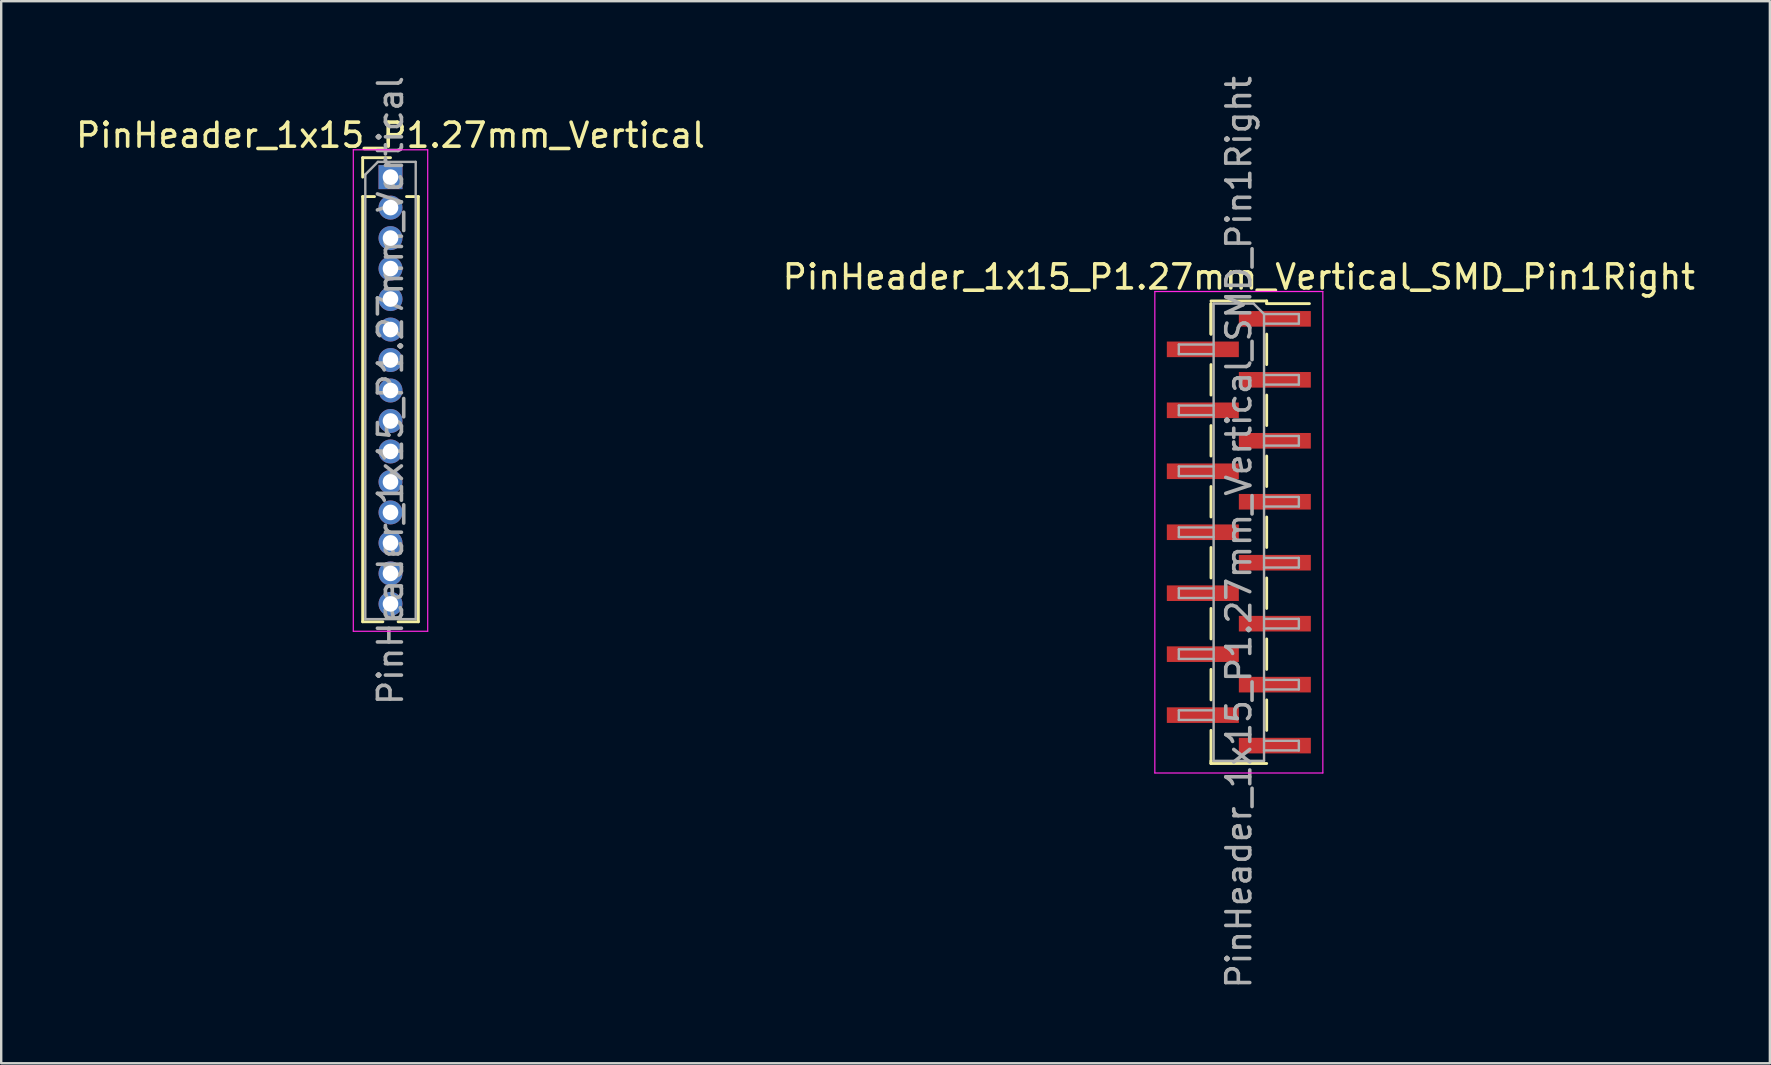
<source format=kicad_pcb>
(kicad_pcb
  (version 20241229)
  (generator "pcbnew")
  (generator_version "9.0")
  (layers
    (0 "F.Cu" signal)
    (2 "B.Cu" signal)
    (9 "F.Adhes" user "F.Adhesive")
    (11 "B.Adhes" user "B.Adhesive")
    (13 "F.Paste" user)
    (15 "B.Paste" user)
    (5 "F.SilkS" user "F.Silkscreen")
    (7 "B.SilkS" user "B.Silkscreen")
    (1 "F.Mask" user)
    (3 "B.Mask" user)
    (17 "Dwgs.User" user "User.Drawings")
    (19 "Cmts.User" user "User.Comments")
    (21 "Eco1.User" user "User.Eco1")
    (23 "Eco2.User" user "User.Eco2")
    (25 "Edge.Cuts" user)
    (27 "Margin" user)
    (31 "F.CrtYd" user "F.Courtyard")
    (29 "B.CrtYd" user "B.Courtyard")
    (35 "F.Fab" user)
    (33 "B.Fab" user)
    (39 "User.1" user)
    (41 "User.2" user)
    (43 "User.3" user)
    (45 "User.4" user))
  (footprint "PinHeader_1x15_P1.27mm_Vertical"
    (layer "F.Cu")
    (at 13.22 4.33)
    (property "Reference" "PinHeader_1x15_P1.27mm_Vertical" (at 0 -1.745 0) (layer "F.SilkS") (effects (font (size 1 1) (thickness 0.15))))
    (attr through_hole)
    (fp_line (start -1.16 -0.81) (end 0 -0.81) (stroke (width 0.12) (type solid)) (layer "F.SilkS"))
    (fp_line (start -1.16 0) (end -1.16 -0.81) (stroke (width 0.12) (type solid)) (layer "F.SilkS"))
    (fp_line (start -1.16 0.81) (end -1.16 18.525) (stroke (width 0.12) (type solid)) (layer "F.SilkS"))
    (fp_line (start -1.16 0.81) (end -0.667 0.81) (stroke (width 0.12) (type solid)) (layer "F.SilkS"))
    (fp_line (start -1.16 18.525) (end -0.318 18.525) (stroke (width 0.12) (type solid)) (layer "F.SilkS"))
    (fp_line (start 0.318 18.525) (end 1.16 18.525) (stroke (width 0.12) (type solid)) (layer "F.SilkS"))
    (fp_line (start 0.667 0.81) (end 1.16 0.81) (stroke (width 0.12) (type solid)) (layer "F.SilkS"))
    (fp_line (start 1.16 0.81) (end 1.16 18.525) (stroke (width 0.12) (type solid)) (layer "F.SilkS"))
    (fp_line (start -1.55 -1.14) (end -1.55 18.92) (stroke (width 0.05) (type solid)) (layer "F.CrtYd"))
    (fp_line (start -1.55 18.92) (end 1.55 18.92) (stroke (width 0.05) (type solid)) (layer "F.CrtYd"))
    (fp_line (start 1.55 -1.14) (end -1.55 -1.14) (stroke (width 0.05) (type solid)) (layer "F.CrtYd"))
    (fp_line (start 1.55 18.92) (end 1.55 -1.14) (stroke (width 0.05) (type solid)) (layer "F.CrtYd"))
    (fp_line (start -1.05 -0.11) (end -0.525 -0.635) (stroke (width 0.1) (type solid)) (layer "F.Fab"))
    (fp_line (start -1.05 18.415) (end -1.05 -0.11) (stroke (width 0.1) (type solid)) (layer "F.Fab"))
    (fp_line (start -0.525 -0.635) (end 1.05 -0.635) (stroke (width 0.1) (type solid)) (layer "F.Fab"))
    (fp_line (start 1.05 -0.635) (end 1.05 18.415) (stroke (width 0.1) (type solid)) (layer "F.Fab"))
    (fp_line (start 1.05 18.415) (end -1.05 18.415) (stroke (width 0.1) (type solid)) (layer "F.Fab"))
    (fp_text user "${REFERENCE}" (at 0 8.89 90) (layer "F.Fab") (effects (font (size 1 1) (thickness 0.15))))
    (pad "1" thru_hole rect (at 0 0) (size 1 1) (drill 0.65) (layers "*.Cu" "*.Mask"))
    (pad "2" thru_hole circle (at 0 1.27) (size 1 1) (drill 0.65) (layers "*.Cu" "*.Mask"))
    (pad "3" thru_hole circle (at 0 2.54) (size 1 1) (drill 0.65) (layers "*.Cu" "*.Mask"))
    (pad "4" thru_hole circle (at 0 3.81) (size 1 1) (drill 0.65) (layers "*.Cu" "*.Mask"))
    (pad "5" thru_hole circle (at 0 5.08) (size 1 1) (drill 0.65) (layers "*.Cu" "*.Mask"))
    (pad "6" thru_hole circle (at 0 6.35) (size 1 1) (drill 0.65) (layers "*.Cu" "*.Mask"))
    (pad "7" thru_hole circle (at 0 7.62) (size 1 1) (drill 0.65) (layers "*.Cu" "*.Mask"))
    (pad "8" thru_hole circle (at 0 8.89) (size 1 1) (drill 0.65) (layers "*.Cu" "*.Mask"))
    (pad "9" thru_hole circle (at 0 10.16) (size 1 1) (drill 0.65) (layers "*.Cu" "*.Mask"))
    (pad "10" thru_hole circle (at 0 11.43) (size 1 1) (drill 0.65) (layers "*.Cu" "*.Mask"))
    (pad "11" thru_hole circle (at 0 12.7) (size 1 1) (drill 0.65) (layers "*.Cu" "*.Mask"))
    (pad "12" thru_hole circle (at 0 13.97) (size 1 1) (drill 0.65) (layers "*.Cu" "*.Mask"))
    (pad "13" thru_hole circle (at 0 15.24) (size 1 1) (drill 0.65) (layers "*.Cu" "*.Mask"))
    (pad "14" thru_hole circle (at 0 16.51) (size 1 1) (drill 0.65) (layers "*.Cu" "*.Mask"))
    (pad "15" thru_hole circle (at 0 17.78) (size 1 1) (drill 0.65) (layers "*.Cu" "*.Mask")))
  (footprint "PinHeader_1x15_P1.27mm_Vertical_SMD_Pin1Right"
    (layer "F.Cu")
    (at 48.565 19.125)
    (property "Reference" "PinHeader_1x15_P1.27mm_Vertical_SMD_Pin1Right" (at 0 -10.635 0) (layer "F.SilkS") (effects (font (size 1 1) (thickness 0.15))))
    (attr smd)
    (fp_line (start -1.16 -9.635) (end 1.16 -9.635) (stroke (width 0.12) (type solid)) (layer "F.SilkS"))
    (fp_line (start -1.16 -9.525) (end -1.16 -8.255) (stroke (width 0.12) (type solid)) (layer "F.SilkS"))
    (fp_line (start -1.16 -9.525) (end -1.16 -8.255) (stroke (width 0.12) (type solid)) (layer "F.SilkS"))
    (fp_line (start -1.16 -6.985) (end -1.16 -5.715) (stroke (width 0.12) (type solid)) (layer "F.SilkS"))
    (fp_line (start -1.16 -4.445) (end -1.16 -3.175) (stroke (width 0.12) (type solid)) (layer "F.SilkS"))
    (fp_line (start -1.16 -1.905) (end -1.16 -0.635) (stroke (width 0.12) (type solid)) (layer "F.SilkS"))
    (fp_line (start -1.16 0.635) (end -1.16 1.905) (stroke (width 0.12) (type solid)) (layer "F.SilkS"))
    (fp_line (start -1.16 3.175) (end -1.16 4.445) (stroke (width 0.12) (type solid)) (layer "F.SilkS"))
    (fp_line (start -1.16 5.715) (end -1.16 6.985) (stroke (width 0.12) (type solid)) (layer "F.SilkS"))
    (fp_line (start -1.16 8.255) (end -1.16 9.635) (stroke (width 0.12) (type solid)) (layer "F.SilkS"))
    (fp_line (start -1.16 9.525) (end -1.16 9.635) (stroke (width 0.12) (type solid)) (layer "F.SilkS"))
    (fp_line (start -1.16 9.635) (end 1.16 9.635) (stroke (width 0.12) (type solid)) (layer "F.SilkS"))
    (fp_line (start 1.16 -9.635) (end 1.16 -9.525) (stroke (width 0.12) (type solid)) (layer "F.SilkS"))
    (fp_line (start 1.16 -9.525) (end 2.94 -9.525) (stroke (width 0.12) (type solid)) (layer "F.SilkS"))
    (fp_line (start 1.16 -8.255) (end 1.16 -6.985) (stroke (width 0.12) (type solid)) (layer "F.SilkS"))
    (fp_line (start 1.16 -5.715) (end 1.16 -4.445) (stroke (width 0.12) (type solid)) (layer "F.SilkS"))
    (fp_line (start 1.16 -3.175) (end 1.16 -1.905) (stroke (width 0.12) (type solid)) (layer "F.SilkS"))
    (fp_line (start 1.16 -0.635) (end 1.16 0.635) (stroke (width 0.12) (type solid)) (layer "F.SilkS"))
    (fp_line (start 1.16 1.905) (end 1.16 3.175) (stroke (width 0.12) (type solid)) (layer "F.SilkS"))
    (fp_line (start 1.16 4.445) (end 1.16 5.715) (stroke (width 0.12) (type solid)) (layer "F.SilkS"))
    (fp_line (start 1.16 6.985) (end 1.16 8.255) (stroke (width 0.12) (type solid)) (layer "F.SilkS"))
    (fp_line (start -3.5 -10.03) (end -3.5 10.03) (stroke (width 0.05) (type solid)) (layer "F.CrtYd"))
    (fp_line (start -3.5 10.03) (end 3.5 10.03) (stroke (width 0.05) (type solid)) (layer "F.CrtYd"))
    (fp_line (start 3.5 -10.03) (end -3.5 -10.03) (stroke (width 0.05) (type solid)) (layer "F.CrtYd"))
    (fp_line (start 3.5 10.03) (end 3.5 -10.03) (stroke (width 0.05) (type solid)) (layer "F.CrtYd"))
    (fp_line (start -2.5 -7.82) (end -2.5 -7.42) (stroke (width 0.1) (type solid)) (layer "F.Fab"))
    (fp_line (start -2.5 -7.42) (end -1.05 -7.42) (stroke (width 0.1) (type solid)) (layer "F.Fab"))
    (fp_line (start -2.5 -5.28) (end -2.5 -4.88) (stroke (width 0.1) (type solid)) (layer "F.Fab"))
    (fp_line (start -2.5 -4.88) (end -1.05 -4.88) (stroke (width 0.1) (type solid)) (layer "F.Fab"))
    (fp_line (start -2.5 -2.74) (end -2.5 -2.34) (stroke (width 0.1) (type solid)) (layer "F.Fab"))
    (fp_line (start -2.5 -2.34) (end -1.05 -2.34) (stroke (width 0.1) (type solid)) (layer "F.Fab"))
    (fp_line (start -2.5 -0.2) (end -2.5 0.2) (stroke (width 0.1) (type solid)) (layer "F.Fab"))
    (fp_line (start -2.5 0.2) (end -1.05 0.2) (stroke (width 0.1) (type solid)) (layer "F.Fab"))
    (fp_line (start -2.5 2.34) (end -2.5 2.74) (stroke (width 0.1) (type solid)) (layer "F.Fab"))
    (fp_line (start -2.5 2.74) (end -1.05 2.74) (stroke (width 0.1) (type solid)) (layer "F.Fab"))
    (fp_line (start -2.5 4.88) (end -2.5 5.28) (stroke (width 0.1) (type solid)) (layer "F.Fab"))
    (fp_line (start -2.5 5.28) (end -1.05 5.28) (stroke (width 0.1) (type solid)) (layer "F.Fab"))
    (fp_line (start -2.5 7.42) (end -2.5 7.82) (stroke (width 0.1) (type solid)) (layer "F.Fab"))
    (fp_line (start -2.5 7.82) (end -1.05 7.82) (stroke (width 0.1) (type solid)) (layer "F.Fab"))
    (fp_line (start -1.05 -9.525) (end -1.05 9.525) (stroke (width 0.1) (type solid)) (layer "F.Fab"))
    (fp_line (start -1.05 -9.525) (end 0.615 -9.525) (stroke (width 0.1) (type solid)) (layer "F.Fab"))
    (fp_line (start -1.05 -7.82) (end -2.5 -7.82) (stroke (width 0.1) (type solid)) (layer "F.Fab"))
    (fp_line (start -1.05 -5.28) (end -2.5 -5.28) (stroke (width 0.1) (type solid)) (layer "F.Fab"))
    (fp_line (start -1.05 -2.74) (end -2.5 -2.74) (stroke (width 0.1) (type solid)) (layer "F.Fab"))
    (fp_line (start -1.05 -0.2) (end -2.5 -0.2) (stroke (width 0.1) (type solid)) (layer "F.Fab"))
    (fp_line (start -1.05 2.34) (end -2.5 2.34) (stroke (width 0.1) (type solid)) (layer "F.Fab"))
    (fp_line (start -1.05 4.88) (end -2.5 4.88) (stroke (width 0.1) (type solid)) (layer "F.Fab"))
    (fp_line (start -1.05 7.42) (end -2.5 7.42) (stroke (width 0.1) (type solid)) (layer "F.Fab"))
    (fp_line (start 1.05 -9.09) (end 0.615 -9.525) (stroke (width 0.1) (type solid)) (layer "F.Fab"))
    (fp_line (start 1.05 -9.09) (end 2.5 -9.09) (stroke (width 0.1) (type solid)) (layer "F.Fab"))
    (fp_line (start 1.05 -6.55) (end 2.5 -6.55) (stroke (width 0.1) (type solid)) (layer "F.Fab"))
    (fp_line (start 1.05 -4.01) (end 2.5 -4.01) (stroke (width 0.1) (type solid)) (layer "F.Fab"))
    (fp_line (start 1.05 -1.47) (end 2.5 -1.47) (stroke (width 0.1) (type solid)) (layer "F.Fab"))
    (fp_line (start 1.05 1.07) (end 2.5 1.07) (stroke (width 0.1) (type solid)) (layer "F.Fab"))
    (fp_line (start 1.05 3.61) (end 2.5 3.61) (stroke (width 0.1) (type solid)) (layer "F.Fab"))
    (fp_line (start 1.05 6.15) (end 2.5 6.15) (stroke (width 0.1) (type solid)) (layer "F.Fab"))
    (fp_line (start 1.05 8.69) (end 2.5 8.69) (stroke (width 0.1) (type solid)) (layer "F.Fab"))
    (fp_line (start 1.05 9.525) (end -1.05 9.525) (stroke (width 0.1) (type solid)) (layer "F.Fab"))
    (fp_line (start 1.05 9.525) (end 1.05 -9.09) (stroke (width 0.1) (type solid)) (layer "F.Fab"))
    (fp_line (start 2.5 -9.09) (end 2.5 -8.69) (stroke (width 0.1) (type solid)) (layer "F.Fab"))
    (fp_line (start 2.5 -8.69) (end 1.05 -8.69) (stroke (width 0.1) (type solid)) (layer "F.Fab"))
    (fp_line (start 2.5 -6.55) (end 2.5 -6.15) (stroke (width 0.1) (type solid)) (layer "F.Fab"))
    (fp_line (start 2.5 -6.15) (end 1.05 -6.15) (stroke (width 0.1) (type solid)) (layer "F.Fab"))
    (fp_line (start 2.5 -4.01) (end 2.5 -3.61) (stroke (width 0.1) (type solid)) (layer "F.Fab"))
    (fp_line (start 2.5 -3.61) (end 1.05 -3.61) (stroke (width 0.1) (type solid)) (layer "F.Fab"))
    (fp_line (start 2.5 -1.47) (end 2.5 -1.07) (stroke (width 0.1) (type solid)) (layer "F.Fab"))
    (fp_line (start 2.5 -1.07) (end 1.05 -1.07) (stroke (width 0.1) (type solid)) (layer "F.Fab"))
    (fp_line (start 2.5 1.07) (end 2.5 1.47) (stroke (width 0.1) (type solid)) (layer "F.Fab"))
    (fp_line (start 2.5 1.47) (end 1.05 1.47) (stroke (width 0.1) (type solid)) (layer "F.Fab"))
    (fp_line (start 2.5 3.61) (end 2.5 4.01) (stroke (width 0.1) (type solid)) (layer "F.Fab"))
    (fp_line (start 2.5 4.01) (end 1.05 4.01) (stroke (width 0.1) (type solid)) (layer "F.Fab"))
    (fp_line (start 2.5 6.15) (end 2.5 6.55) (stroke (width 0.1) (type solid)) (layer "F.Fab"))
    (fp_line (start 2.5 6.55) (end 1.05 6.55) (stroke (width 0.1) (type solid)) (layer "F.Fab"))
    (fp_line (start 2.5 8.69) (end 2.5 9.09) (stroke (width 0.1) (type solid)) (layer "F.Fab"))
    (fp_line (start 2.5 9.09) (end 1.05 9.09) (stroke (width 0.1) (type solid)) (layer "F.Fab"))
    (fp_text user "${REFERENCE}" (at 0 0 90) (layer "F.Fab") (effects (font (size 1 1) (thickness 0.15))))
    (pad "1" smd rect (at 1.5 -8.89) (size 3 0.65) (layers "F.Cu" "F.Mask" "F.Paste"))
    (pad "2" smd rect (at -1.5 -7.62) (size 3 0.65) (layers "F.Cu" "F.Mask" "F.Paste"))
    (pad "3" smd rect (at 1.5 -6.35) (size 3 0.65) (layers "F.Cu" "F.Mask" "F.Paste"))
    (pad "4" smd rect (at -1.5 -5.08) (size 3 0.65) (layers "F.Cu" "F.Mask" "F.Paste"))
    (pad "5" smd rect (at 1.5 -3.81) (size 3 0.65) (layers "F.Cu" "F.Mask" "F.Paste"))
    (pad "6" smd rect (at -1.5 -2.54) (size 3 0.65) (layers "F.Cu" "F.Mask" "F.Paste"))
    (pad "7" smd rect (at 1.5 -1.27) (size 3 0.65) (layers "F.Cu" "F.Mask" "F.Paste"))
    (pad "8" smd rect (at -1.5 0) (size 3 0.65) (layers "F.Cu" "F.Mask" "F.Paste"))
    (pad "9" smd rect (at 1.5 1.27) (size 3 0.65) (layers "F.Cu" "F.Mask" "F.Paste"))
    (pad "10" smd rect (at -1.5 2.54) (size 3 0.65) (layers "F.Cu" "F.Mask" "F.Paste"))
    (pad "11" smd rect (at 1.5 3.81) (size 3 0.65) (layers "F.Cu" "F.Mask" "F.Paste"))
    (pad "12" smd rect (at -1.5 5.08) (size 3 0.65) (layers "F.Cu" "F.Mask" "F.Paste"))
    (pad "13" smd rect (at 1.5 6.35) (size 3 0.65) (layers "F.Cu" "F.Mask" "F.Paste"))
    (pad "14" smd rect (at -1.5 7.62) (size 3 0.65) (layers "F.Cu" "F.Mask" "F.Paste"))
    (pad "15" smd rect (at 1.5 8.89) (size 3 0.65) (layers "F.Cu" "F.Mask" "F.Paste")))
  (gr_rect
    (start -3 -3)
    (end 70.69 41.25)
    (stroke (width 0.1) (type default))
    (fill no)
    (layer "Edge.Cuts")))
</source>
